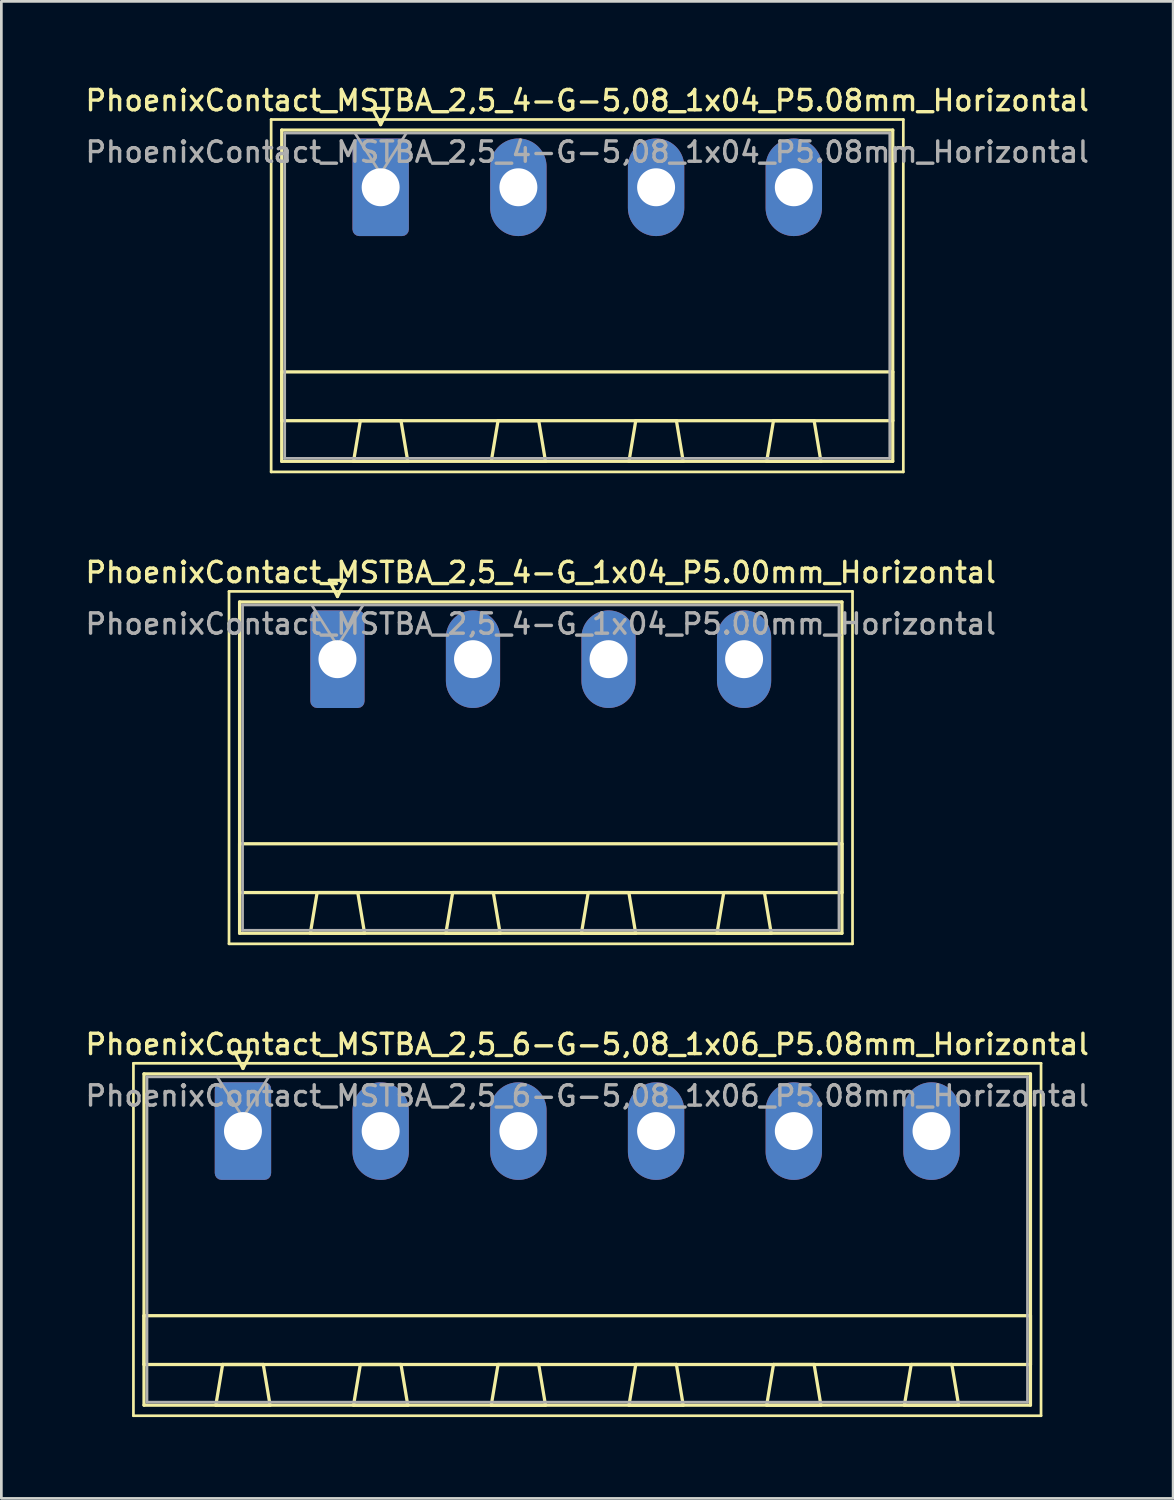
<source format=kicad_pcb>
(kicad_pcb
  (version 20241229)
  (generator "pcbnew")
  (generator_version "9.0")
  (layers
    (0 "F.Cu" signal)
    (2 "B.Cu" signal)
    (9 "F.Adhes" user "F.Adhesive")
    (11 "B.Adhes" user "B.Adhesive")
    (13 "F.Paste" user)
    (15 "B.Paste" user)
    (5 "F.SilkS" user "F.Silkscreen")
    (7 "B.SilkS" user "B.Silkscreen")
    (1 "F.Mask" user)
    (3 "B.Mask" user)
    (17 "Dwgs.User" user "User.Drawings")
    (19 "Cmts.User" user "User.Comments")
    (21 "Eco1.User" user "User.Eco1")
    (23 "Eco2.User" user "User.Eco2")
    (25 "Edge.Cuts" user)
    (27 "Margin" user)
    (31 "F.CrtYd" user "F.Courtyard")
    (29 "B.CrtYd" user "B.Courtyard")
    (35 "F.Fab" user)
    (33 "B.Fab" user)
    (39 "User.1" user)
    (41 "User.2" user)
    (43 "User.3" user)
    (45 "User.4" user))
  (footprint "PhoenixContact_MSTBA_2,5_6-G-5,08_1x06_P5.08mm_Horizontal"
    (layer "F.Cu")
    (at 5.912 38.674)
    (property "Reference" "PhoenixContact_MSTBA_2,5_6-G-5,08_1x06_P5.08mm_Horizontal" (at 12.7 -3.2 0) (layer "F.SilkS") (effects (font (size 0.75 0.75) (thickness 0.125))))
    (attr through_hole)
    (fp_line (start -4.04 -2.5) (end -4.04 10.5) (stroke (width 0.1) (type solid)) (layer "F.SilkS"))
    (fp_line (start -4.04 10.5) (end 29.44 10.5) (stroke (width 0.1) (type solid)) (layer "F.SilkS"))
    (fp_line (start -3.65 -2.11) (end -3.65 10.11) (stroke (width 0.12) (type solid)) (layer "F.SilkS"))
    (fp_line (start -3.65 6.81) (end 29.05 6.81) (stroke (width 0.12) (type solid)) (layer "F.SilkS"))
    (fp_line (start -3.65 8.61) (end -3.65 6.81) (stroke (width 0.12) (type solid)) (layer "F.SilkS"))
    (fp_line (start -3.65 10.11) (end 29.05 10.11) (stroke (width 0.12) (type solid)) (layer "F.SilkS"))
    (fp_line (start -1 10.11) (end 1 10.11) (stroke (width 0.12) (type solid)) (layer "F.SilkS"))
    (fp_line (start -0.75 8.61) (end -1 10.11) (stroke (width 0.12) (type solid)) (layer "F.SilkS"))
    (fp_line (start -0.3 -2.91) (end 0.3 -2.91) (stroke (width 0.12) (type solid)) (layer "F.SilkS"))
    (fp_line (start 0 -2.31) (end -0.3 -2.91) (stroke (width 0.12) (type solid)) (layer "F.SilkS"))
    (fp_line (start 0.3 -2.91) (end 0 -2.31) (stroke (width 0.12) (type solid)) (layer "F.SilkS"))
    (fp_line (start 0.75 8.61) (end -0.75 8.61) (stroke (width 0.12) (type solid)) (layer "F.SilkS"))
    (fp_line (start 1 10.11) (end 0.75 8.61) (stroke (width 0.12) (type solid)) (layer "F.SilkS"))
    (fp_line (start 4.08 10.11) (end 6.08 10.11) (stroke (width 0.12) (type solid)) (layer "F.SilkS"))
    (fp_line (start 4.33 8.61) (end 4.08 10.11) (stroke (width 0.12) (type solid)) (layer "F.SilkS"))
    (fp_line (start 5.83 8.61) (end 4.33 8.61) (stroke (width 0.12) (type solid)) (layer "F.SilkS"))
    (fp_line (start 6.08 10.11) (end 5.83 8.61) (stroke (width 0.12) (type solid)) (layer "F.SilkS"))
    (fp_line (start 9.16 10.11) (end 11.16 10.11) (stroke (width 0.12) (type solid)) (layer "F.SilkS"))
    (fp_line (start 9.41 8.61) (end 9.16 10.11) (stroke (width 0.12) (type solid)) (layer "F.SilkS"))
    (fp_line (start 10.91 8.61) (end 9.41 8.61) (stroke (width 0.12) (type solid)) (layer "F.SilkS"))
    (fp_line (start 11.16 10.11) (end 10.91 8.61) (stroke (width 0.12) (type solid)) (layer "F.SilkS"))
    (fp_line (start 14.24 10.11) (end 16.24 10.11) (stroke (width 0.12) (type solid)) (layer "F.SilkS"))
    (fp_line (start 14.49 8.61) (end 14.24 10.11) (stroke (width 0.12) (type solid)) (layer "F.SilkS"))
    (fp_line (start 15.99 8.61) (end 14.49 8.61) (stroke (width 0.12) (type solid)) (layer "F.SilkS"))
    (fp_line (start 16.24 10.11) (end 15.99 8.61) (stroke (width 0.12) (type solid)) (layer "F.SilkS"))
    (fp_line (start 19.32 10.11) (end 21.32 10.11) (stroke (width 0.12) (type solid)) (layer "F.SilkS"))
    (fp_line (start 19.57 8.61) (end 19.32 10.11) (stroke (width 0.12) (type solid)) (layer "F.SilkS"))
    (fp_line (start 21.07 8.61) (end 19.57 8.61) (stroke (width 0.12) (type solid)) (layer "F.SilkS"))
    (fp_line (start 21.32 10.11) (end 21.07 8.61) (stroke (width 0.12) (type solid)) (layer "F.SilkS"))
    (fp_line (start 24.4 10.11) (end 26.4 10.11) (stroke (width 0.12) (type solid)) (layer "F.SilkS"))
    (fp_line (start 24.65 8.61) (end 24.4 10.11) (stroke (width 0.12) (type solid)) (layer "F.SilkS"))
    (fp_line (start 26.15 8.61) (end 24.65 8.61) (stroke (width 0.12) (type solid)) (layer "F.SilkS"))
    (fp_line (start 26.4 10.11) (end 26.15 8.61) (stroke (width 0.12) (type solid)) (layer "F.SilkS"))
    (fp_line (start 29.05 -2.11) (end -3.65 -2.11) (stroke (width 0.12) (type solid)) (layer "F.SilkS"))
    (fp_line (start 29.05 6.81) (end 29.05 8.61) (stroke (width 0.12) (type solid)) (layer "F.SilkS"))
    (fp_line (start 29.05 8.61) (end -3.65 8.61) (stroke (width 0.12) (type solid)) (layer "F.SilkS"))
    (fp_line (start 29.05 10.11) (end 29.05 -2.11) (stroke (width 0.12) (type solid)) (layer "F.SilkS"))
    (fp_line (start 29.44 -2.5) (end -4.04 -2.5) (stroke (width 0.1) (type solid)) (layer "F.SilkS"))
    (fp_line (start 29.44 10.5) (end 29.44 -2.5) (stroke (width 0.1) (type solid)) (layer "F.SilkS"))
    (fp_line (start -3.54 -2) (end -3.54 10) (stroke (width 0.1) (type solid)) (layer "F.Fab"))
    (fp_line (start -3.54 10) (end 28.94 10) (stroke (width 0.1) (type solid)) (layer "F.Fab"))
    (fp_line (start 0 -0.5) (end -0.95 -2) (stroke (width 0.1) (type solid)) (layer "F.Fab"))
    (fp_line (start 0.95 -2) (end 0 -0.5) (stroke (width 0.1) (type solid)) (layer "F.Fab"))
    (fp_line (start 28.94 -2) (end -3.54 -2) (stroke (width 0.1) (type solid)) (layer "F.Fab"))
    (fp_line (start 28.94 10) (end 28.94 -2) (stroke (width 0.1) (type solid)) (layer "F.Fab"))
    (fp_text user "${REFERENCE}" (at 12.7 -1.3 0) (layer "F.Fab") (effects (font (size 0.75 0.75) (thickness 0.125))))
    (pad "1" thru_hole roundrect (at 0 0) (size 2.08 3.6) (drill 1.4) (layers "*.Cu" "*.Mask") (roundrect_rratio 0.12))
    (pad "2" thru_hole oval (at 5.08 0) (size 2.08 3.6) (drill 1.4) (layers "*.Cu" "*.Mask"))
    (pad "3" thru_hole oval (at 10.16 0) (size 2.08 3.6) (drill 1.4) (layers "*.Cu" "*.Mask"))
    (pad "4" thru_hole oval (at 15.24 0) (size 2.08 3.6) (drill 1.4) (layers "*.Cu" "*.Mask"))
    (pad "5" thru_hole oval (at 20.32 0) (size 2.08 3.6) (drill 1.4) (layers "*.Cu" "*.Mask"))
    (pad "6" thru_hole oval (at 25.4 0) (size 2.08 3.6) (drill 1.4) (layers "*.Cu" "*.Mask")))
  (footprint "PhoenixContact_MSTBA_2,5_4-G-5,08_1x04_P5.08mm_Horizontal"
    (layer "F.Cu")
    (at 10.992 3.858)
    (property "Reference" "PhoenixContact_MSTBA_2,5_4-G-5,08_1x04_P5.08mm_Horizontal" (at 7.62 -3.2 0) (layer "F.SilkS") (effects (font (size 0.75 0.75) (thickness 0.125))))
    (attr through_hole)
    (fp_line (start -4.04 -2.5) (end -4.04 10.5) (stroke (width 0.1) (type solid)) (layer "F.SilkS"))
    (fp_line (start -4.04 10.5) (end 19.28 10.5) (stroke (width 0.1) (type solid)) (layer "F.SilkS"))
    (fp_line (start -3.65 -2.11) (end -3.65 10.11) (stroke (width 0.12) (type solid)) (layer "F.SilkS"))
    (fp_line (start -3.65 6.81) (end 18.89 6.81) (stroke (width 0.12) (type solid)) (layer "F.SilkS"))
    (fp_line (start -3.65 8.61) (end -3.65 6.81) (stroke (width 0.12) (type solid)) (layer "F.SilkS"))
    (fp_line (start -3.65 10.11) (end 18.89 10.11) (stroke (width 0.12) (type solid)) (layer "F.SilkS"))
    (fp_line (start -1 10.11) (end 1 10.11) (stroke (width 0.12) (type solid)) (layer "F.SilkS"))
    (fp_line (start -0.75 8.61) (end -1 10.11) (stroke (width 0.12) (type solid)) (layer "F.SilkS"))
    (fp_line (start -0.3 -2.91) (end 0.3 -2.91) (stroke (width 0.12) (type solid)) (layer "F.SilkS"))
    (fp_line (start 0 -2.31) (end -0.3 -2.91) (stroke (width 0.12) (type solid)) (layer "F.SilkS"))
    (fp_line (start 0.3 -2.91) (end 0 -2.31) (stroke (width 0.12) (type solid)) (layer "F.SilkS"))
    (fp_line (start 0.75 8.61) (end -0.75 8.61) (stroke (width 0.12) (type solid)) (layer "F.SilkS"))
    (fp_line (start 1 10.11) (end 0.75 8.61) (stroke (width 0.12) (type solid)) (layer "F.SilkS"))
    (fp_line (start 4.08 10.11) (end 6.08 10.11) (stroke (width 0.12) (type solid)) (layer "F.SilkS"))
    (fp_line (start 4.33 8.61) (end 4.08 10.11) (stroke (width 0.12) (type solid)) (layer "F.SilkS"))
    (fp_line (start 5.83 8.61) (end 4.33 8.61) (stroke (width 0.12) (type solid)) (layer "F.SilkS"))
    (fp_line (start 6.08 10.11) (end 5.83 8.61) (stroke (width 0.12) (type solid)) (layer "F.SilkS"))
    (fp_line (start 9.16 10.11) (end 11.16 10.11) (stroke (width 0.12) (type solid)) (layer "F.SilkS"))
    (fp_line (start 9.41 8.61) (end 9.16 10.11) (stroke (width 0.12) (type solid)) (layer "F.SilkS"))
    (fp_line (start 10.91 8.61) (end 9.41 8.61) (stroke (width 0.12) (type solid)) (layer "F.SilkS"))
    (fp_line (start 11.16 10.11) (end 10.91 8.61) (stroke (width 0.12) (type solid)) (layer "F.SilkS"))
    (fp_line (start 14.24 10.11) (end 16.24 10.11) (stroke (width 0.12) (type solid)) (layer "F.SilkS"))
    (fp_line (start 14.49 8.61) (end 14.24 10.11) (stroke (width 0.12) (type solid)) (layer "F.SilkS"))
    (fp_line (start 15.99 8.61) (end 14.49 8.61) (stroke (width 0.12) (type solid)) (layer "F.SilkS"))
    (fp_line (start 16.24 10.11) (end 15.99 8.61) (stroke (width 0.12) (type solid)) (layer "F.SilkS"))
    (fp_line (start 18.89 -2.11) (end -3.65 -2.11) (stroke (width 0.12) (type solid)) (layer "F.SilkS"))
    (fp_line (start 18.89 6.81) (end 18.89 8.61) (stroke (width 0.12) (type solid)) (layer "F.SilkS"))
    (fp_line (start 18.89 8.61) (end -3.65 8.61) (stroke (width 0.12) (type solid)) (layer "F.SilkS"))
    (fp_line (start 18.89 10.11) (end 18.89 -2.11) (stroke (width 0.12) (type solid)) (layer "F.SilkS"))
    (fp_line (start 19.28 -2.5) (end -4.04 -2.5) (stroke (width 0.1) (type solid)) (layer "F.SilkS"))
    (fp_line (start 19.28 10.5) (end 19.28 -2.5) (stroke (width 0.1) (type solid)) (layer "F.SilkS"))
    (fp_line (start -3.54 -2) (end -3.54 10) (stroke (width 0.1) (type solid)) (layer "F.Fab"))
    (fp_line (start -3.54 10) (end 18.78 10) (stroke (width 0.1) (type solid)) (layer "F.Fab"))
    (fp_line (start 0 -0.5) (end -0.95 -2) (stroke (width 0.1) (type solid)) (layer "F.Fab"))
    (fp_line (start 0.95 -2) (end 0 -0.5) (stroke (width 0.1) (type solid)) (layer "F.Fab"))
    (fp_line (start 18.78 -2) (end -3.54 -2) (stroke (width 0.1) (type solid)) (layer "F.Fab"))
    (fp_line (start 18.78 10) (end 18.78 -2) (stroke (width 0.1) (type solid)) (layer "F.Fab"))
    (fp_text user "${REFERENCE}" (at 7.62 -1.3 0) (layer "F.Fab") (effects (font (size 0.75 0.75) (thickness 0.125))))
    (pad "1" thru_hole roundrect (at 0 0) (size 2.08 3.6) (drill 1.4) (layers "*.Cu" "*.Mask") (roundrect_rratio 0.12))
    (pad "2" thru_hole oval (at 5.08 0) (size 2.08 3.6) (drill 1.4) (layers "*.Cu" "*.Mask"))
    (pad "3" thru_hole oval (at 10.16 0) (size 2.08 3.6) (drill 1.4) (layers "*.Cu" "*.Mask"))
    (pad "4" thru_hole oval (at 15.24 0) (size 2.08 3.6) (drill 1.4) (layers "*.Cu" "*.Mask")))
  (footprint "PhoenixContact_MSTBA_2,5_4-G_1x04_P5.00mm_Horizontal"
    (layer "F.Cu")
    (at 9.398 21.266)
    (property "Reference" "PhoenixContact_MSTBA_2,5_4-G_1x04_P5.00mm_Horizontal" (at 7.5 -3.2 0) (layer "F.SilkS") (effects (font (size 0.75 0.75) (thickness 0.125))))
    (attr through_hole)
    (fp_line (start -4 -2.5) (end -4 10.5) (stroke (width 0.1) (type solid)) (layer "F.SilkS"))
    (fp_line (start -4 10.5) (end 19 10.5) (stroke (width 0.1) (type solid)) (layer "F.SilkS"))
    (fp_line (start -3.61 -2.11) (end -3.61 10.11) (stroke (width 0.12) (type solid)) (layer "F.SilkS"))
    (fp_line (start -3.61 6.81) (end 18.61 6.81) (stroke (width 0.12) (type solid)) (layer "F.SilkS"))
    (fp_line (start -3.61 8.61) (end -3.61 6.81) (stroke (width 0.12) (type solid)) (layer "F.SilkS"))
    (fp_line (start -3.61 10.11) (end 18.61 10.11) (stroke (width 0.12) (type solid)) (layer "F.SilkS"))
    (fp_line (start -1 10.11) (end 1 10.11) (stroke (width 0.12) (type solid)) (layer "F.SilkS"))
    (fp_line (start -0.75 8.61) (end -1 10.11) (stroke (width 0.12) (type solid)) (layer "F.SilkS"))
    (fp_line (start -0.3 -2.91) (end 0.3 -2.91) (stroke (width 0.12) (type solid)) (layer "F.SilkS"))
    (fp_line (start 0 -2.31) (end -0.3 -2.91) (stroke (width 0.12) (type solid)) (layer "F.SilkS"))
    (fp_line (start 0.3 -2.91) (end 0 -2.31) (stroke (width 0.12) (type solid)) (layer "F.SilkS"))
    (fp_line (start 0.75 8.61) (end -0.75 8.61) (stroke (width 0.12) (type solid)) (layer "F.SilkS"))
    (fp_line (start 1 10.11) (end 0.75 8.61) (stroke (width 0.12) (type solid)) (layer "F.SilkS"))
    (fp_line (start 4 10.11) (end 6 10.11) (stroke (width 0.12) (type solid)) (layer "F.SilkS"))
    (fp_line (start 4.25 8.61) (end 4 10.11) (stroke (width 0.12) (type solid)) (layer "F.SilkS"))
    (fp_line (start 5.75 8.61) (end 4.25 8.61) (stroke (width 0.12) (type solid)) (layer "F.SilkS"))
    (fp_line (start 6 10.11) (end 5.75 8.61) (stroke (width 0.12) (type solid)) (layer "F.SilkS"))
    (fp_line (start 9 10.11) (end 11 10.11) (stroke (width 0.12) (type solid)) (layer "F.SilkS"))
    (fp_line (start 9.25 8.61) (end 9 10.11) (stroke (width 0.12) (type solid)) (layer "F.SilkS"))
    (fp_line (start 10.75 8.61) (end 9.25 8.61) (stroke (width 0.12) (type solid)) (layer "F.SilkS"))
    (fp_line (start 11 10.11) (end 10.75 8.61) (stroke (width 0.12) (type solid)) (layer "F.SilkS"))
    (fp_line (start 14 10.11) (end 16 10.11) (stroke (width 0.12) (type solid)) (layer "F.SilkS"))
    (fp_line (start 14.25 8.61) (end 14 10.11) (stroke (width 0.12) (type solid)) (layer "F.SilkS"))
    (fp_line (start 15.75 8.61) (end 14.25 8.61) (stroke (width 0.12) (type solid)) (layer "F.SilkS"))
    (fp_line (start 16 10.11) (end 15.75 8.61) (stroke (width 0.12) (type solid)) (layer "F.SilkS"))
    (fp_line (start 18.61 -2.11) (end -3.61 -2.11) (stroke (width 0.12) (type solid)) (layer "F.SilkS"))
    (fp_line (start 18.61 6.81) (end 18.61 8.61) (stroke (width 0.12) (type solid)) (layer "F.SilkS"))
    (fp_line (start 18.61 8.61) (end -3.61 8.61) (stroke (width 0.12) (type solid)) (layer "F.SilkS"))
    (fp_line (start 18.61 10.11) (end 18.61 -2.11) (stroke (width 0.12) (type solid)) (layer "F.SilkS"))
    (fp_line (start 19 -2.5) (end -4 -2.5) (stroke (width 0.1) (type solid)) (layer "F.SilkS"))
    (fp_line (start 19 10.5) (end 19 -2.5) (stroke (width 0.1) (type solid)) (layer "F.SilkS"))
    (fp_line (start -3.5 -2) (end -3.5 10) (stroke (width 0.1) (type solid)) (layer "F.Fab"))
    (fp_line (start -3.5 10) (end 18.5 10) (stroke (width 0.1) (type solid)) (layer "F.Fab"))
    (fp_line (start 0 -0.5) (end -0.95 -2) (stroke (width 0.1) (type solid)) (layer "F.Fab"))
    (fp_line (start 0.95 -2) (end 0 -0.5) (stroke (width 0.1) (type solid)) (layer "F.Fab"))
    (fp_line (start 18.5 -2) (end -3.5 -2) (stroke (width 0.1) (type solid)) (layer "F.Fab"))
    (fp_line (start 18.5 10) (end 18.5 -2) (stroke (width 0.1) (type solid)) (layer "F.Fab"))
    (fp_text user "${REFERENCE}" (at 7.5 -1.3 0) (layer "F.Fab") (effects (font (size 0.75 0.75) (thickness 0.125))))
    (pad "1" thru_hole roundrect (at 0 0) (size 2 3.6) (drill 1.4) (layers "*.Cu" "*.Mask") (roundrect_rratio 0.125))
    (pad "2" thru_hole oval (at 5 0) (size 2 3.6) (drill 1.4) (layers "*.Cu" "*.Mask"))
    (pad "3" thru_hole oval (at 10 0) (size 2 3.6) (drill 1.4) (layers "*.Cu" "*.Mask"))
    (pad "4" thru_hole oval (at 15 0) (size 2 3.6) (drill 1.4) (layers "*.Cu" "*.Mask")))
  (gr_rect
    (start -3 -3)
    (end 40.225 52.224)
    (stroke (width 0.1) (type default))
    (fill no)
    (layer "Edge.Cuts")))
</source>
